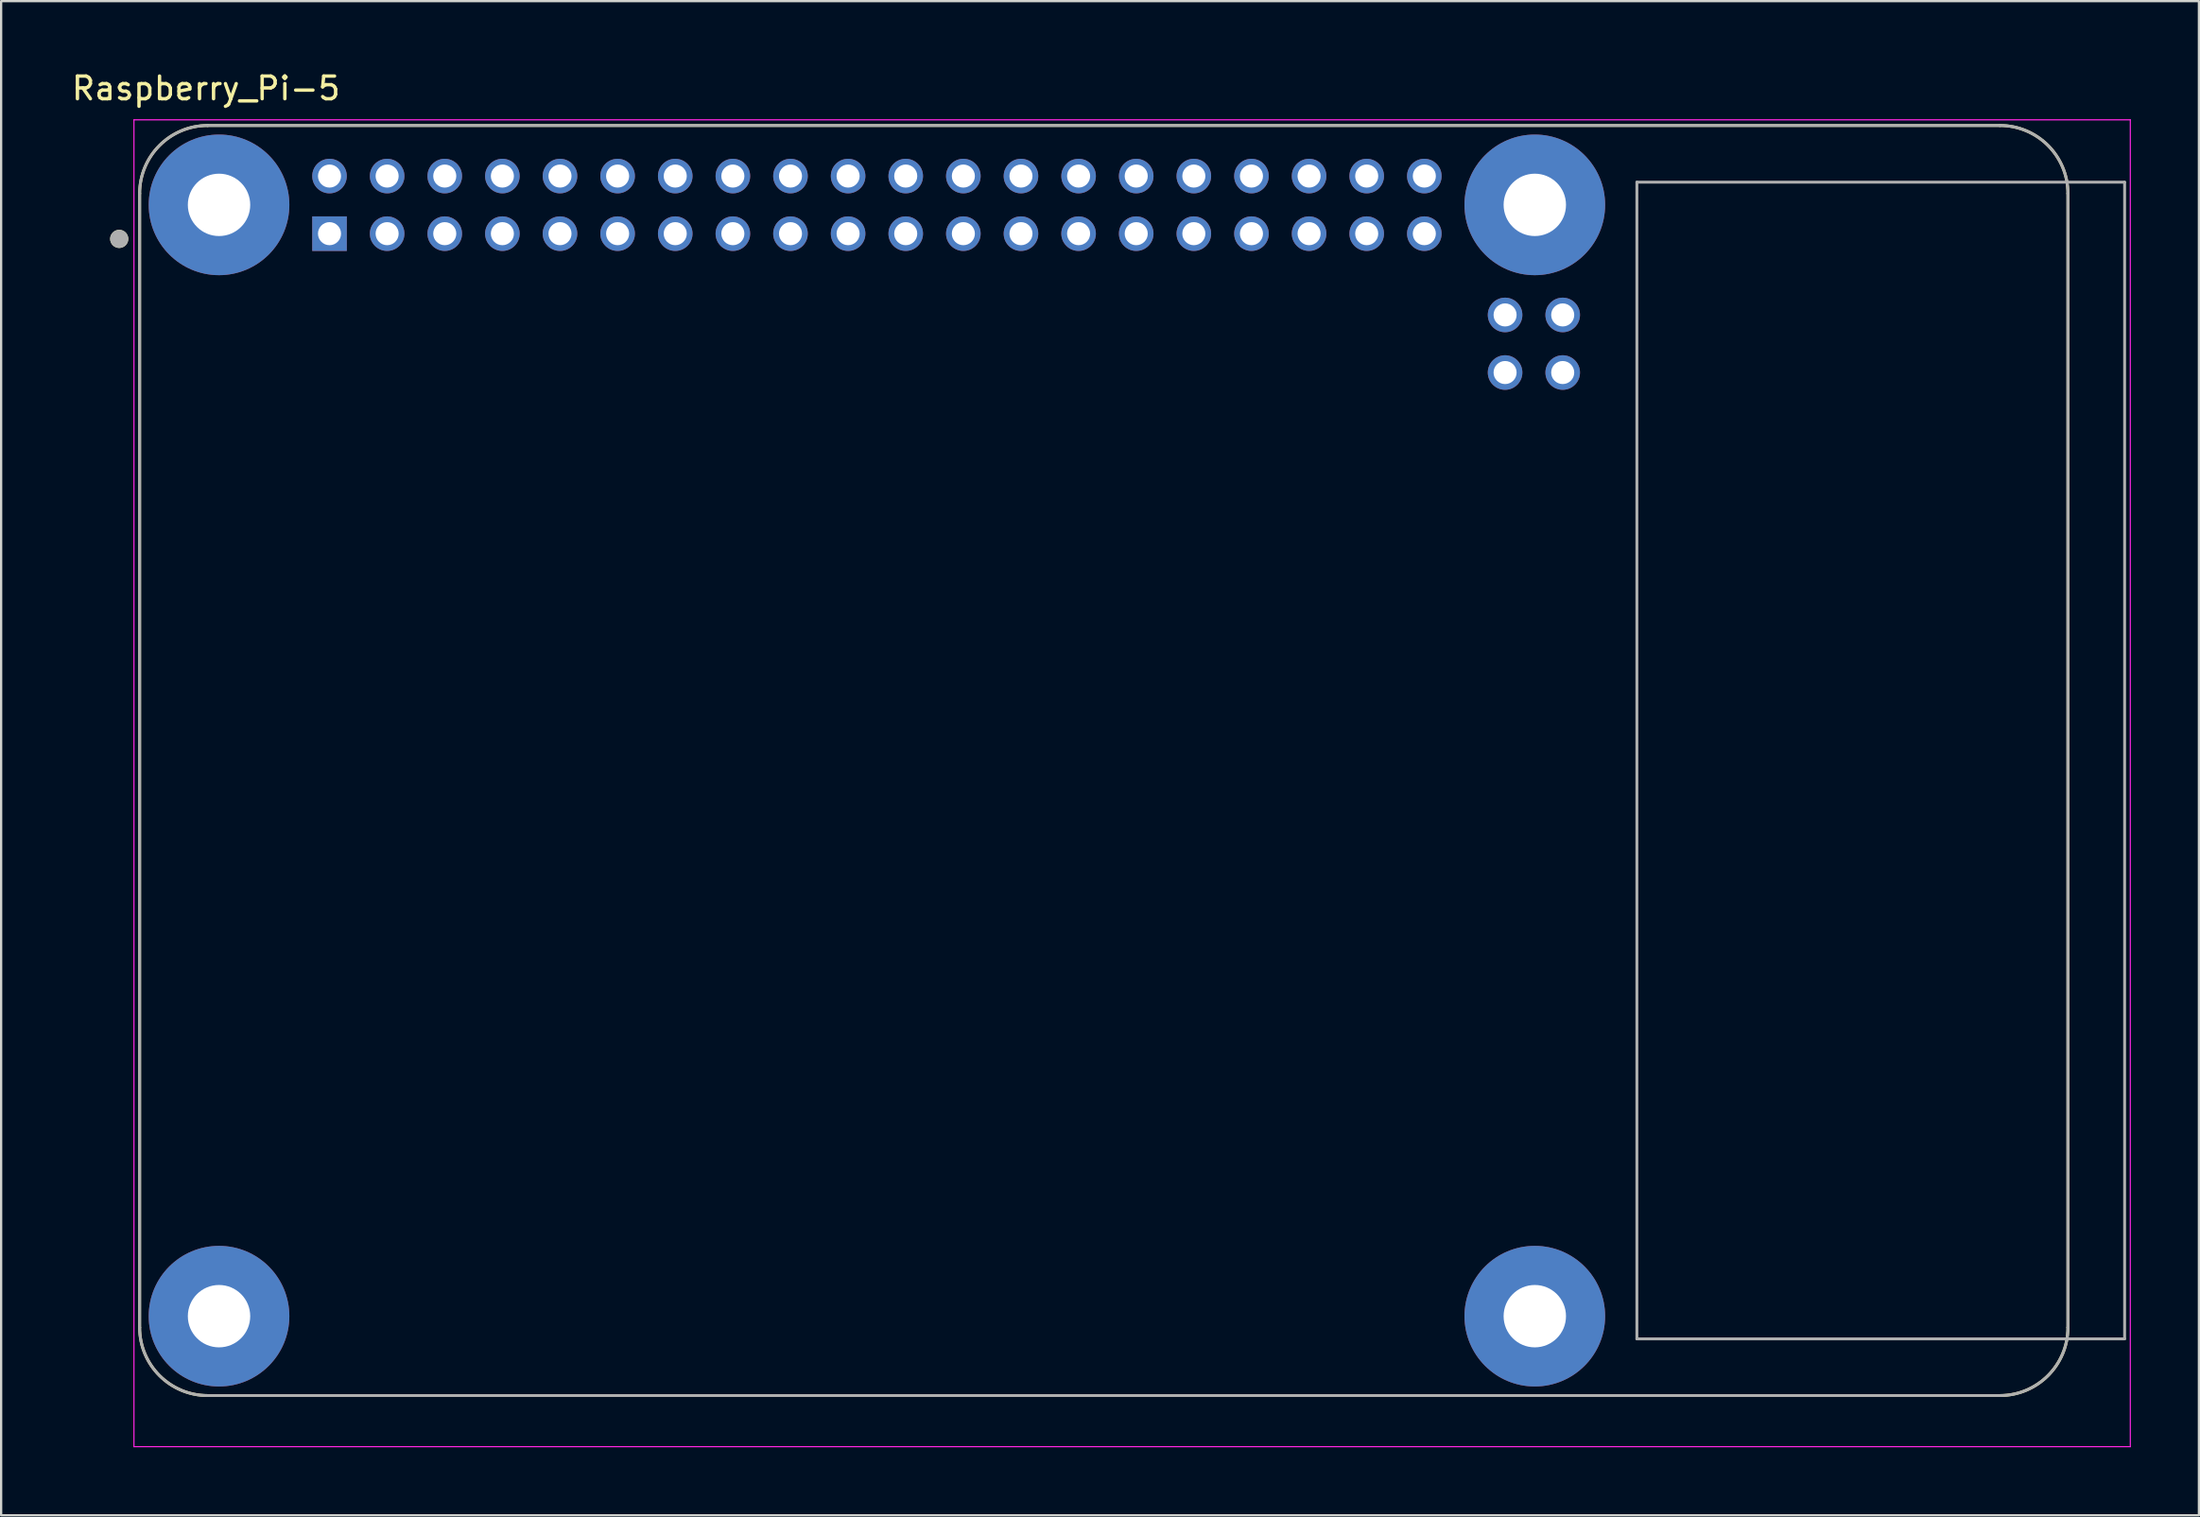
<source format=kicad_pcb>
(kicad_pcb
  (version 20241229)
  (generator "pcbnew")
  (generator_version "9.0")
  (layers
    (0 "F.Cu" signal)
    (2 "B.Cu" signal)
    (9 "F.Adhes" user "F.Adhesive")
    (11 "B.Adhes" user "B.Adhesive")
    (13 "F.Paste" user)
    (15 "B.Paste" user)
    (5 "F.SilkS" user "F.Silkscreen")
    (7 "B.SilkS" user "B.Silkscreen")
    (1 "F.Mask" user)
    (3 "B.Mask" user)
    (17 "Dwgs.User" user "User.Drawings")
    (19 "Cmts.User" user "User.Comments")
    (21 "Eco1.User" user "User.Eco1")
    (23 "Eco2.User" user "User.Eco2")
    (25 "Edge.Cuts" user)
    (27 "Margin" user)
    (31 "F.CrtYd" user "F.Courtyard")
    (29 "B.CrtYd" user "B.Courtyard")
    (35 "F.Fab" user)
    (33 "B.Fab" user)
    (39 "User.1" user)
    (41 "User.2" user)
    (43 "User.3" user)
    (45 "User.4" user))
  (footprint "Raspberry_Pi-5"
    (layer "F.Cu")
    (at 45.605 30.483)
    (property "Reference" "Raspberry_Pi-5" (at -39.575 -29.635 0) (layer "F.SilkS") (effects (font (size 1 1) (thickness 0.15))))
    (attr through_hole)
    (fp_line (start -42.5 -25) (end -42.5 25) (stroke (width 0.127) (type solid)) (layer "F.SilkS"))
    (fp_line (start -39.5 28) (end 39.5 28) (stroke (width 0.127) (type solid)) (layer "F.SilkS"))
    (fp_line (start 39.5 -28) (end -39.5 -28) (stroke (width 0.127) (type solid)) (layer "F.SilkS"))
    (fp_line (start 42.5 25) (end 42.5 -25) (stroke (width 0.127) (type solid)) (layer "F.SilkS"))
    (fp_arc (start -42.5 -25) (mid -41.62132 -27.12132) (end -39.5 -28) (stroke (width 0.127) (type solid)) (layer "F.SilkS"))
    (fp_arc (start -39.5 28) (mid -41.62132 27.12132) (end -42.5 25) (stroke (width 0.127) (type solid)) (layer "F.SilkS"))
    (fp_arc (start 39.5 -28) (mid 41.62132 -27.12132) (end 42.5 -25) (stroke (width 0.127) (type solid)) (layer "F.SilkS"))
    (fp_arc (start 42.5 25) (mid 41.62132 27.12132) (end 39.5 28) (stroke (width 0.127) (type solid)) (layer "F.SilkS"))
    (fp_circle (center -43.4 -23) (end -43.2 -23) (stroke (width 0.4) (type solid)) (fill no) (layer "F.SilkS"))
    (fp_line (start -42.75 -28.25) (end 45.25 -28.25) (stroke (width 0.05) (type solid)) (layer "F.CrtYd"))
    (fp_line (start -42.75 30.255) (end -42.75 -28.25) (stroke (width 0.05) (type solid)) (layer "F.CrtYd"))
    (fp_line (start 45.25 -28.25) (end 45.25 30.255) (stroke (width 0.05) (type solid)) (layer "F.CrtYd"))
    (fp_line (start 45.25 30.255) (end -42.75 30.255) (stroke (width 0.05) (type solid)) (layer "F.CrtYd"))
    (fp_line (start -42.5 -25) (end -42.5 25) (stroke (width 0.127) (type solid)) (layer "F.Fab"))
    (fp_line (start -39.5 28) (end 39.5 28) (stroke (width 0.127) (type solid)) (layer "F.Fab"))
    (fp_line (start 23.5 -25.5) (end 23.5 25.5) (stroke (width 0.127) (type solid)) (layer "F.Fab"))
    (fp_line (start 23.5 25.5) (end 45 25.5) (stroke (width 0.127) (type solid)) (layer "F.Fab"))
    (fp_line (start 39.5 -28) (end -39.5 -28) (stroke (width 0.127) (type solid)) (layer "F.Fab"))
    (fp_line (start 42.5 25) (end 42.5 -25) (stroke (width 0.127) (type solid)) (layer "F.Fab"))
    (fp_line (start 45 -25.5) (end 23.5 -25.5) (stroke (width 0.127) (type solid)) (layer "F.Fab"))
    (fp_line (start 45 25.5) (end 45 -25.5) (stroke (width 0.127) (type solid)) (layer "F.Fab"))
    (fp_arc (start -42.5 -25) (mid -41.62132 -27.12132) (end -39.5 -28) (stroke (width 0.127) (type solid)) (layer "F.Fab"))
    (fp_arc (start -39.5 28) (mid -41.62132 27.12132) (end -42.5 25) (stroke (width 0.127) (type solid)) (layer "F.Fab"))
    (fp_arc (start 39.5 -28) (mid 41.62132 -27.12132) (end 42.5 -25) (stroke (width 0.127) (type solid)) (layer "F.Fab"))
    (fp_arc (start 42.5 25) (mid 41.62132 27.12132) (end 39.5 28) (stroke (width 0.127) (type solid)) (layer "F.Fab"))
    (fp_circle (center -43.4 -23) (end -43.2 -23) (stroke (width 0.4) (type solid)) (fill no) (layer "F.Fab"))
    (pad "1" thru_hole rect (at -34.13 -23.23) (size 1.524 1.524) (drill 1.016) (layers "*.Cu" "*.Mask"))
    (pad "2" thru_hole circle (at -34.13 -25.77) (size 1.524 1.524) (drill 1.016) (layers "*.Cu" "*.Mask"))
    (pad "3" thru_hole circle (at -31.59 -23.23) (size 1.524 1.524) (drill 1.016) (layers "*.Cu" "*.Mask"))
    (pad "4" thru_hole circle (at -31.59 -25.77) (size 1.524 1.524) (drill 1.016) (layers "*.Cu" "*.Mask"))
    (pad "5" thru_hole circle (at -29.05 -23.23) (size 1.524 1.524) (drill 1.016) (layers "*.Cu" "*.Mask"))
    (pad "6" thru_hole circle (at -29.05 -25.77) (size 1.524 1.524) (drill 1.016) (layers "*.Cu" "*.Mask"))
    (pad "7" thru_hole circle (at -26.51 -23.23) (size 1.524 1.524) (drill 1.016) (layers "*.Cu" "*.Mask"))
    (pad "8" thru_hole circle (at -26.51 -25.77) (size 1.524 1.524) (drill 1.016) (layers "*.Cu" "*.Mask"))
    (pad "9" thru_hole circle (at -23.97 -23.23) (size 1.524 1.524) (drill 1.016) (layers "*.Cu" "*.Mask"))
    (pad "10" thru_hole circle (at -23.97 -25.77) (size 1.524 1.524) (drill 1.016) (layers "*.Cu" "*.Mask"))
    (pad "11" thru_hole circle (at -21.43 -23.23) (size 1.524 1.524) (drill 1.016) (layers "*.Cu" "*.Mask"))
    (pad "12" thru_hole circle (at -21.43 -25.77) (size 1.524 1.524) (drill 1.016) (layers "*.Cu" "*.Mask"))
    (pad "13" thru_hole circle (at -18.89 -23.23) (size 1.524 1.524) (drill 1.016) (layers "*.Cu" "*.Mask"))
    (pad "14" thru_hole circle (at -18.89 -25.77) (size 1.524 1.524) (drill 1.016) (layers "*.Cu" "*.Mask"))
    (pad "15" thru_hole circle (at -16.35 -23.23) (size 1.524 1.524) (drill 1.016) (layers "*.Cu" "*.Mask"))
    (pad "16" thru_hole circle (at -16.35 -25.77) (size 1.524 1.524) (drill 1.016) (layers "*.Cu" "*.Mask"))
    (pad "17" thru_hole circle (at -13.81 -23.23) (size 1.524 1.524) (drill 1.016) (layers "*.Cu" "*.Mask"))
    (pad "18" thru_hole circle (at -13.81 -25.77) (size 1.524 1.524) (drill 1.016) (layers "*.Cu" "*.Mask"))
    (pad "19" thru_hole circle (at -11.27 -23.23) (size 1.524 1.524) (drill 1.016) (layers "*.Cu" "*.Mask"))
    (pad "20" thru_hole circle (at -11.27 -25.77) (size 1.524 1.524) (drill 1.016) (layers "*.Cu" "*.Mask"))
    (pad "21" thru_hole circle (at -8.73 -23.23) (size 1.524 1.524) (drill 1.016) (layers "*.Cu" "*.Mask"))
    (pad "22" thru_hole circle (at -8.73 -25.77) (size 1.524 1.524) (drill 1.016) (layers "*.Cu" "*.Mask"))
    (pad "23" thru_hole circle (at -6.19 -23.23) (size 1.524 1.524) (drill 1.016) (layers "*.Cu" "*.Mask"))
    (pad "24" thru_hole circle (at -6.19 -25.77) (size 1.524 1.524) (drill 1.016) (layers "*.Cu" "*.Mask"))
    (pad "25" thru_hole circle (at -3.65 -23.23) (size 1.524 1.524) (drill 1.016) (layers "*.Cu" "*.Mask"))
    (pad "26" thru_hole circle (at -3.65 -25.77) (size 1.524 1.524) (drill 1.016) (layers "*.Cu" "*.Mask"))
    (pad "27" thru_hole circle (at -1.11 -23.23) (size 1.524 1.524) (drill 1.016) (layers "*.Cu" "*.Mask"))
    (pad "28" thru_hole circle (at -1.11 -25.77) (size 1.524 1.524) (drill 1.016) (layers "*.Cu" "*.Mask"))
    (pad "29" thru_hole circle (at 1.43 -23.23) (size 1.524 1.524) (drill 1.016) (layers "*.Cu" "*.Mask"))
    (pad "30" thru_hole circle (at 1.43 -25.77) (size 1.524 1.524) (drill 1.016) (layers "*.Cu" "*.Mask"))
    (pad "31" thru_hole circle (at 3.97 -23.23) (size 1.524 1.524) (drill 1.016) (layers "*.Cu" "*.Mask"))
    (pad "32" thru_hole circle (at 3.97 -25.77) (size 1.524 1.524) (drill 1.016) (layers "*.Cu" "*.Mask"))
    (pad "33" thru_hole circle (at 6.51 -23.23) (size 1.524 1.524) (drill 1.016) (layers "*.Cu" "*.Mask"))
    (pad "34" thru_hole circle (at 6.51 -25.77) (size 1.524 1.524) (drill 1.016) (layers "*.Cu" "*.Mask"))
    (pad "35" thru_hole circle (at 9.05 -23.23) (size 1.524 1.524) (drill 1.016) (layers "*.Cu" "*.Mask"))
    (pad "36" thru_hole circle (at 9.05 -25.77) (size 1.524 1.524) (drill 1.016) (layers "*.Cu" "*.Mask"))
    (pad "37" thru_hole circle (at 11.59 -23.23) (size 1.524 1.524) (drill 1.016) (layers "*.Cu" "*.Mask"))
    (pad "38" thru_hole circle (at 11.59 -25.77) (size 1.524 1.524) (drill 1.016) (layers "*.Cu" "*.Mask"))
    (pad "39" thru_hole circle (at 14.13 -23.23) (size 1.524 1.524) (drill 1.016) (layers "*.Cu" "*.Mask"))
    (pad "40" thru_hole circle (at 14.13 -25.77) (size 1.524 1.524) (drill 1.016) (layers "*.Cu" "*.Mask"))
    (pad "41" thru_hole circle (at 20.23 -17.107) (size 1.524 1.524) (drill 1.016) (layers "*.Cu" "*.Mask"))
    (pad "42" thru_hole circle (at 20.23 -19.647) (size 1.524 1.524) (drill 1.016) (layers "*.Cu" "*.Mask"))
    (pad "43" thru_hole circle (at 17.69 -17.107) (size 1.524 1.524) (drill 1.016) (layers "*.Cu" "*.Mask"))
    (pad "44" thru_hole circle (at 17.69 -19.647) (size 1.524 1.524) (drill 1.016) (layers "*.Cu" "*.Mask"))
    (pad "S1" thru_hole circle (at -39 -24.5) (size 6.2 6.2) (drill 2.75) (layers "*.Cu" "*.Mask"))
    (pad "S2" thru_hole circle (at 19 -24.5) (size 6.2 6.2) (drill 2.75) (layers "*.Cu" "*.Mask"))
    (pad "S3" thru_hole circle (at 19 24.5) (size 6.2 6.2) (drill 2.75) (layers "*.Cu" "*.Mask"))
    (pad "S4" thru_hole circle (at -39 24.5) (size 6.2 6.2) (drill 2.75) (layers "*.Cu" "*.Mask")))
  (gr_rect
    (start -3 -3)
    (end 93.88 63.763)
    (stroke (width 0.1) (type default))
    (fill no)
    (layer "Edge.Cuts")))
</source>
